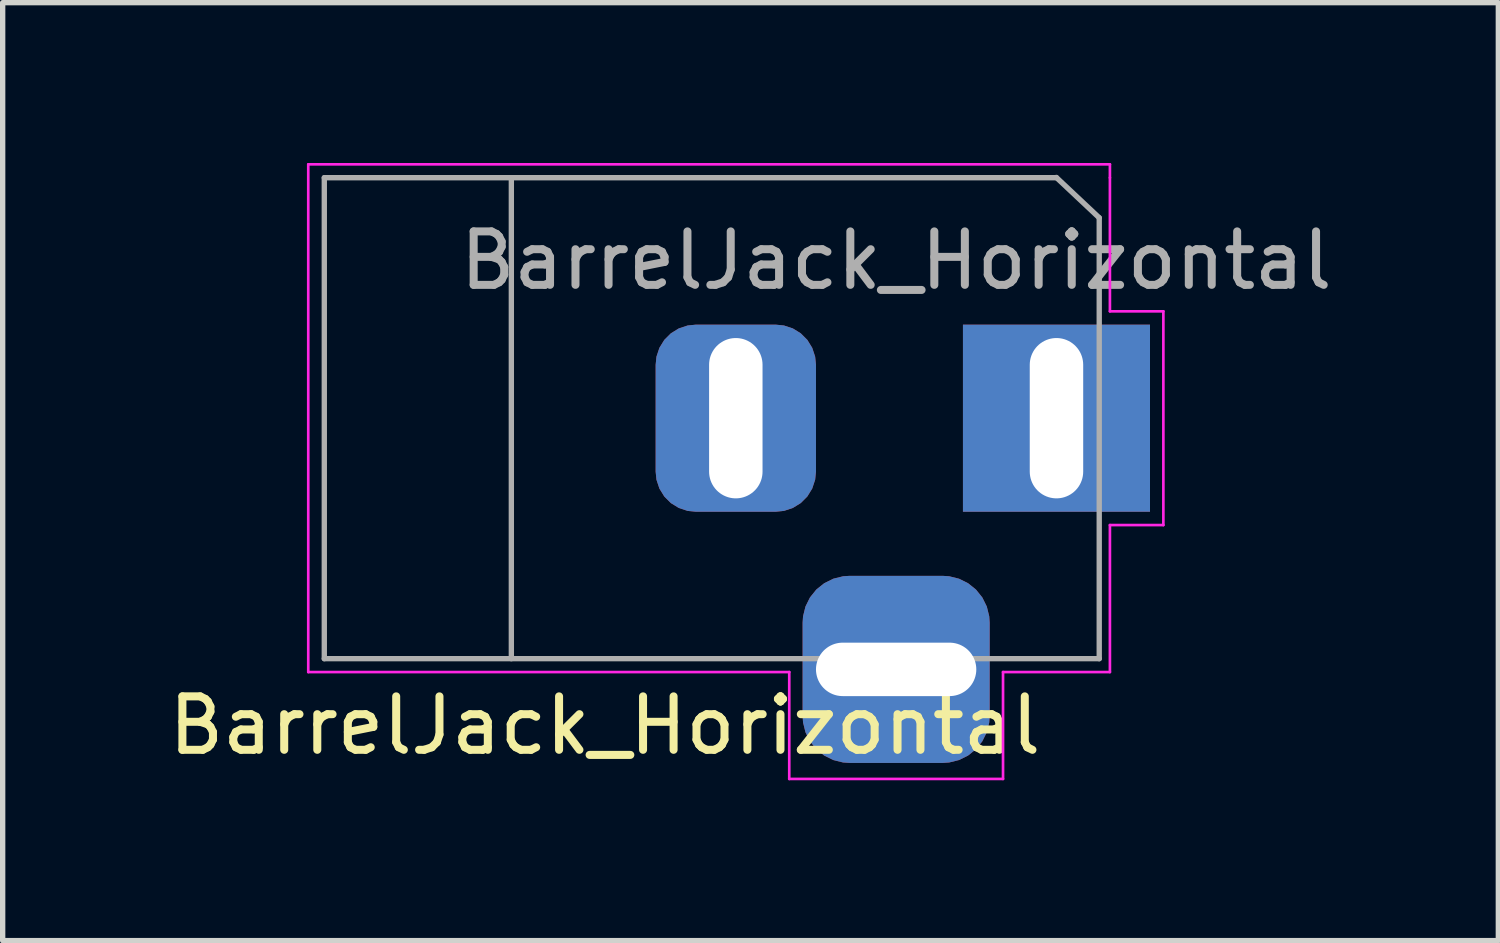
<source format=kicad_pcb>
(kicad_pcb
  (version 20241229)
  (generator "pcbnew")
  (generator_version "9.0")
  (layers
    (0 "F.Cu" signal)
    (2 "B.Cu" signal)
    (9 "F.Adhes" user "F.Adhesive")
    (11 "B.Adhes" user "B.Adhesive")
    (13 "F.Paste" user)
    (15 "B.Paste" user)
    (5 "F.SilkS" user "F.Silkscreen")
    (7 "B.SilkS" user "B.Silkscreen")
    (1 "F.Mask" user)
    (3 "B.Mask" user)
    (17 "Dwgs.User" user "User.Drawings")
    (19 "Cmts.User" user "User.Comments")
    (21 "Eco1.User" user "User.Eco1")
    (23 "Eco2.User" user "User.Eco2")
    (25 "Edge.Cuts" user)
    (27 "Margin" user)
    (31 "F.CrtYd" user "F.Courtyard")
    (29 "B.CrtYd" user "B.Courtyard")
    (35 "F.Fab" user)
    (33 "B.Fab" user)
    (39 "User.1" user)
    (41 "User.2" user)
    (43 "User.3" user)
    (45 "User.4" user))
  (footprint "BarrelJack_Horizontal"
    (layer "F.Cu")
    (at 16.718 4.775)
    (property "Reference" "BarrelJack_Horizontal" (at -8.45 5.75 0) (layer "F.SilkS") (effects (font (size 1 1) (thickness 0.15))))
    (attr through_hole)
    (fp_line (start -14 4.75) (end -14 -4.75) (stroke (width 0.05) (type solid)) (layer "F.CrtYd"))
    (fp_line (start -5 4.75) (end -14 4.75) (stroke (width 0.05) (type solid)) (layer "F.CrtYd"))
    (fp_line (start -5 6.75) (end -5 4.75) (stroke (width 0.05) (type solid)) (layer "F.CrtYd"))
    (fp_line (start -1 4.75) (end -1 6.75) (stroke (width 0.05) (type solid)) (layer "F.CrtYd"))
    (fp_line (start -1 6.75) (end -5 6.75) (stroke (width 0.05) (type solid)) (layer "F.CrtYd"))
    (fp_line (start 1 -4.75) (end -14 -4.75) (stroke (width 0.05) (type solid)) (layer "F.CrtYd"))
    (fp_line (start 1 -4.5) (end 1 -4.75) (stroke (width 0.05) (type solid)) (layer "F.CrtYd"))
    (fp_line (start 1 -4.5) (end 1 -2) (stroke (width 0.05) (type solid)) (layer "F.CrtYd"))
    (fp_line (start 1 -2) (end 2 -2) (stroke (width 0.05) (type solid)) (layer "F.CrtYd"))
    (fp_line (start 1 2) (end 1 4.75) (stroke (width 0.05) (type solid)) (layer "F.CrtYd"))
    (fp_line (start 1 4.75) (end -1 4.75) (stroke (width 0.05) (type solid)) (layer "F.CrtYd"))
    (fp_line (start 2 -2) (end 2 2) (stroke (width 0.05) (type solid)) (layer "F.CrtYd"))
    (fp_line (start 2 2) (end 1 2) (stroke (width 0.05) (type solid)) (layer "F.CrtYd"))
    (fp_line (start -13.7 -4.5) (end -13.7 4.5) (stroke (width 0.1) (type solid)) (layer "F.Fab"))
    (fp_line (start -13.7 4.5) (end 0.8 4.5) (stroke (width 0.1) (type solid)) (layer "F.Fab"))
    (fp_line (start -10.2 -4.5) (end -10.2 4.5) (stroke (width 0.1) (type solid)) (layer "F.Fab"))
    (fp_line (start -0.003 -4.505) (end 0.8 -3.75) (stroke (width 0.1) (type solid)) (layer "F.Fab"))
    (fp_line (start 0 -4.5) (end -13.7 -4.5) (stroke (width 0.1) (type solid)) (layer "F.Fab"))
    (fp_line (start 0.8 4.5) (end 0.8 -3.75) (stroke (width 0.1) (type solid)) (layer "F.Fab"))
    (fp_text user "${REFERENCE}" (at -3 -2.95 0) (layer "F.Fab") (effects (font (size 1 1) (thickness 0.15))))
    (pad "1" thru_hole rect (at 0 0) (size 3.5 3.5) (drill oval 1 3) (layers "*.Cu" "*.Mask"))
    (pad "2" thru_hole roundrect (at -6 0) (size 3 3.5) (drill oval 1 3) (layers "*.Cu" "*.Mask") (roundrect_rratio 0.25))
    (pad "3" thru_hole roundrect (at -3 4.7) (size 3.5 3.5) (drill oval 3 1) (layers "*.Cu" "*.Mask") (roundrect_rratio 0.25)))
  (gr_rect
    (start -3 -3)
    (end 24.986 14.55)
    (stroke (width 0.1) (type default))
    (fill no)
    (layer "Edge.Cuts")))
</source>
